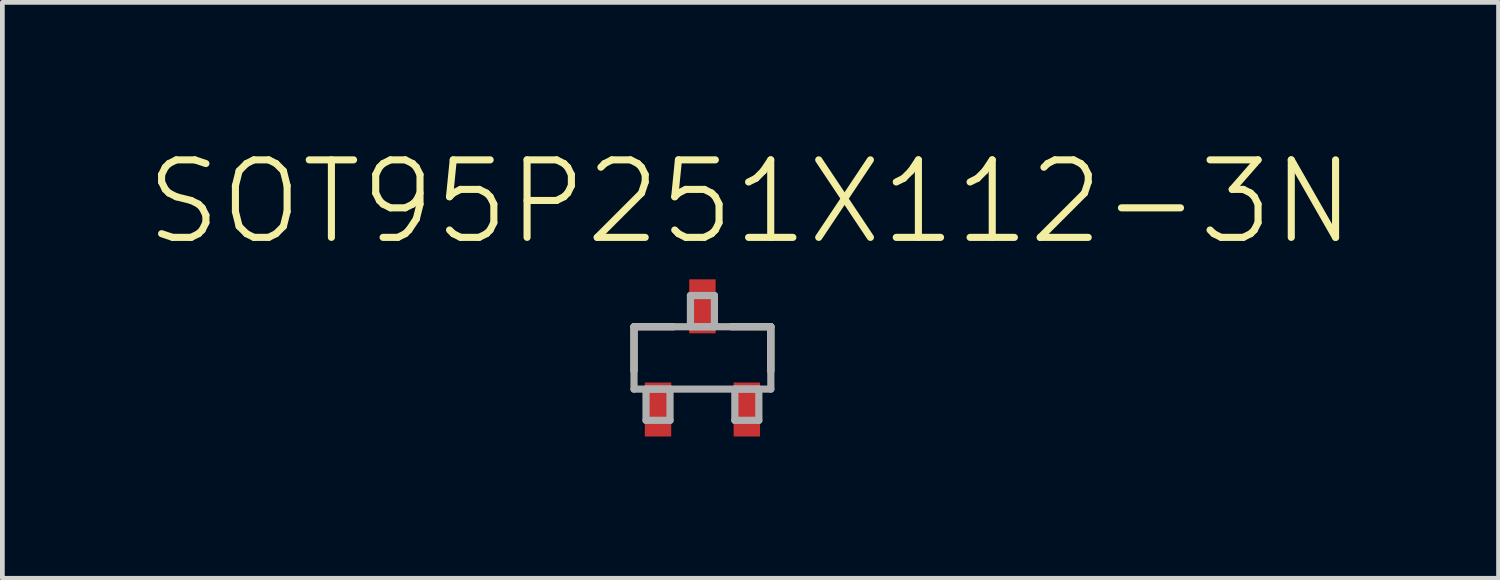
<source format=kicad_pcb>
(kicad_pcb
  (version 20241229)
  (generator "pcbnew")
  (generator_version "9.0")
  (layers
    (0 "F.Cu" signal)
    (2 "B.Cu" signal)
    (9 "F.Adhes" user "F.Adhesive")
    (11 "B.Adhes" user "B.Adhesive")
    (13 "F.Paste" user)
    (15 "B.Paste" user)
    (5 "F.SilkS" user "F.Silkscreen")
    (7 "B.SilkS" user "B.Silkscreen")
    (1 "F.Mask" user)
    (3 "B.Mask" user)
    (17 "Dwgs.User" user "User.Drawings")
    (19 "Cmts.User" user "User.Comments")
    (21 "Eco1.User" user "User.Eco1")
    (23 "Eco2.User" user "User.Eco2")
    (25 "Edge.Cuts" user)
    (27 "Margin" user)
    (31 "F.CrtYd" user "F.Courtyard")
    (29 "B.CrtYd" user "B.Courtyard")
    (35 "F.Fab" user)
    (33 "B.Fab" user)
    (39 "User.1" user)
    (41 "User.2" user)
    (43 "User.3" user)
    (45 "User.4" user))
  (footprint "SOT95P251X112-3N"
    (layer "F.Cu")
    (at 11.818 4.526)
    (property "Reference" "SOT95P251X112-3N" (at 1.016 -3.303 0) (layer "F.SilkS") (effects (font (size 1.641 1.641) (thickness 0.15))))
    (attr smd)
    (fp_line (start -1.448 -0.66) (end -1.448 0.279) (stroke (width 0.152) (type solid)) (layer "F.SilkS"))
    (fp_line (start -0.61 -0.66) (end -1.448 -0.66) (stroke (width 0.152) (type solid)) (layer "F.SilkS"))
    (fp_line (start 1.448 -0.66) (end 0.61 -0.66) (stroke (width 0.152) (type solid)) (layer "F.SilkS"))
    (fp_line (start 1.448 0.279) (end 1.448 -0.66) (stroke (width 0.152) (type solid)) (layer "F.SilkS"))
    (fp_line (start -1.448 -0.66) (end -1.448 0.66) (stroke (width 0.152) (type solid)) (layer "F.Fab"))
    (fp_line (start -1.448 0.66) (end 1.448 0.66) (stroke (width 0.152) (type solid)) (layer "F.Fab"))
    (fp_line (start -1.194 0.66) (end -1.194 1.321) (stroke (width 0.152) (type solid)) (layer "F.Fab"))
    (fp_line (start -1.194 1.321) (end -0.686 1.321) (stroke (width 0.152) (type solid)) (layer "F.Fab"))
    (fp_line (start -0.686 0.66) (end -1.194 0.66) (stroke (width 0.152) (type solid)) (layer "F.Fab"))
    (fp_line (start -0.686 1.321) (end -0.686 0.66) (stroke (width 0.152) (type solid)) (layer "F.Fab"))
    (fp_line (start -0.254 -1.321) (end -0.254 -0.66) (stroke (width 0.152) (type solid)) (layer "F.Fab"))
    (fp_line (start -0.254 -0.66) (end 0.254 -0.66) (stroke (width 0.152) (type solid)) (layer "F.Fab"))
    (fp_line (start 0.254 -1.321) (end -0.254 -1.321) (stroke (width 0.152) (type solid)) (layer "F.Fab"))
    (fp_line (start 0.254 -0.66) (end 0.254 -1.321) (stroke (width 0.152) (type solid)) (layer "F.Fab"))
    (fp_line (start 0.686 0.66) (end 0.686 1.321) (stroke (width 0.152) (type solid)) (layer "F.Fab"))
    (fp_line (start 0.686 1.321) (end 1.194 1.321) (stroke (width 0.152) (type solid)) (layer "F.Fab"))
    (fp_line (start 1.194 0.66) (end 0.686 0.66) (stroke (width 0.152) (type solid)) (layer "F.Fab"))
    (fp_line (start 1.194 1.321) (end 1.194 0.66) (stroke (width 0.152) (type solid)) (layer "F.Fab"))
    (fp_line (start 1.448 -0.66) (end -1.448 -0.66) (stroke (width 0.152) (type solid)) (layer "F.Fab"))
    (fp_line (start 1.448 0.66) (end 1.448 -0.66) (stroke (width 0.152) (type solid)) (layer "F.Fab"))
    (pad "1" smd rect (at -0.94 1.092) (size 0.559 1.143) (layers "F.Cu" "F.Mask" "F.Paste"))
    (pad "2" smd rect (at 0.94 1.092) (size 0.559 1.143) (layers "F.Cu" "F.Mask" "F.Paste"))
    (pad "3" smd rect (at 0 -1.092) (size 0.559 1.143) (layers "F.Cu" "F.Mask" "F.Paste")))
  (gr_rect
    (start -3 -3)
    (end 28.669 9.19)
    (stroke (width 0.1) (type default))
    (fill no)
    (layer "Edge.Cuts")))
</source>
